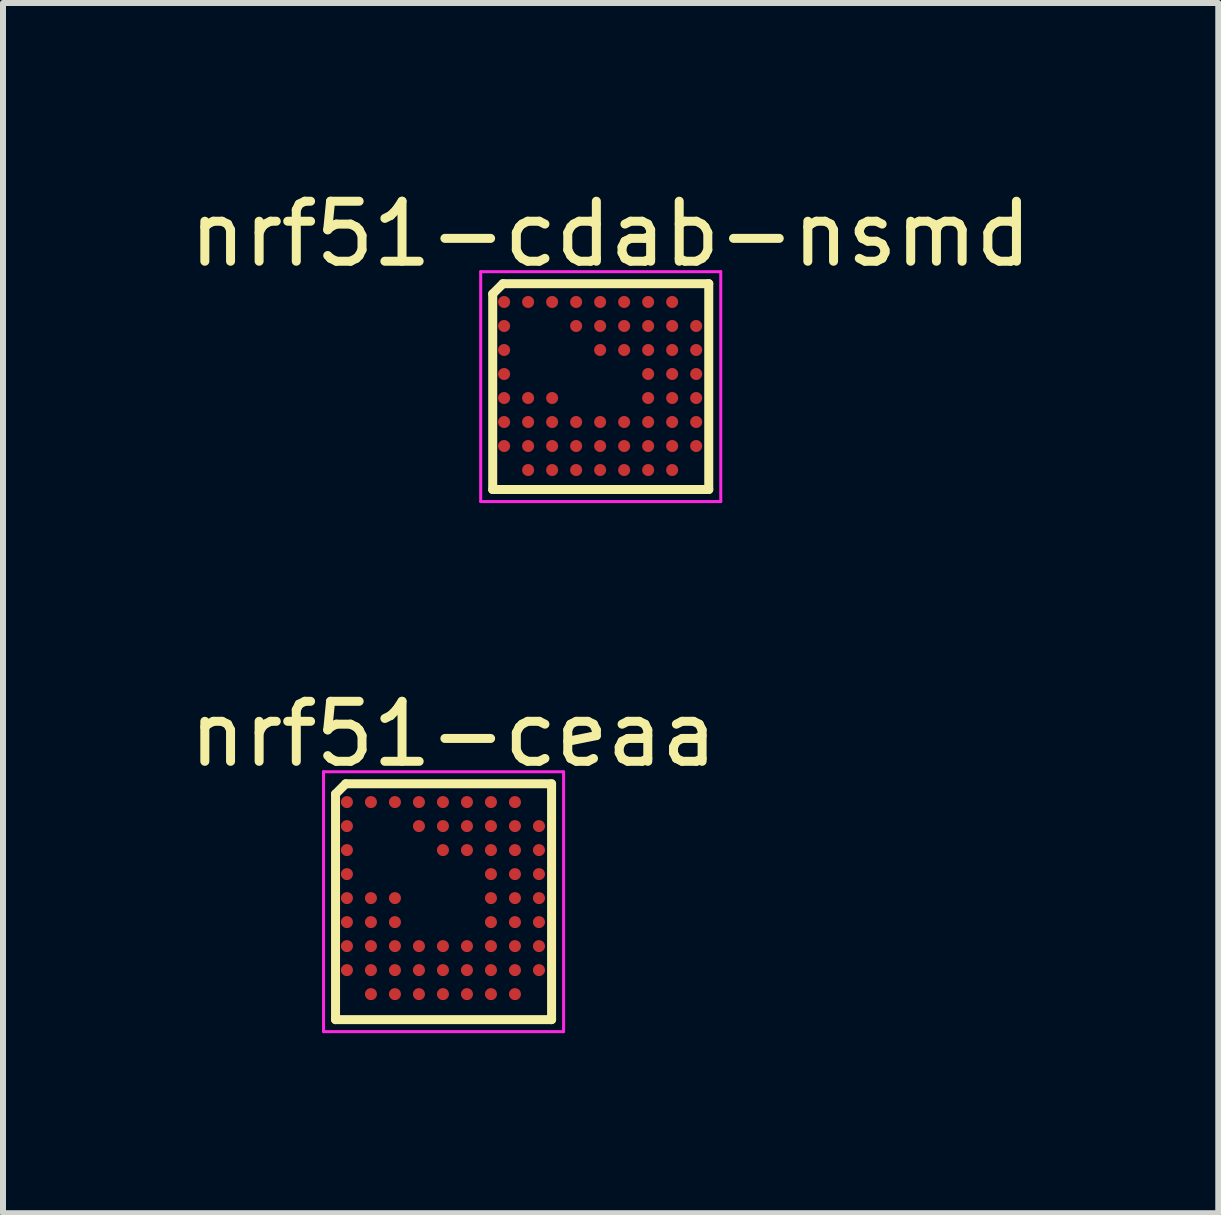
<source format=kicad_pcb>
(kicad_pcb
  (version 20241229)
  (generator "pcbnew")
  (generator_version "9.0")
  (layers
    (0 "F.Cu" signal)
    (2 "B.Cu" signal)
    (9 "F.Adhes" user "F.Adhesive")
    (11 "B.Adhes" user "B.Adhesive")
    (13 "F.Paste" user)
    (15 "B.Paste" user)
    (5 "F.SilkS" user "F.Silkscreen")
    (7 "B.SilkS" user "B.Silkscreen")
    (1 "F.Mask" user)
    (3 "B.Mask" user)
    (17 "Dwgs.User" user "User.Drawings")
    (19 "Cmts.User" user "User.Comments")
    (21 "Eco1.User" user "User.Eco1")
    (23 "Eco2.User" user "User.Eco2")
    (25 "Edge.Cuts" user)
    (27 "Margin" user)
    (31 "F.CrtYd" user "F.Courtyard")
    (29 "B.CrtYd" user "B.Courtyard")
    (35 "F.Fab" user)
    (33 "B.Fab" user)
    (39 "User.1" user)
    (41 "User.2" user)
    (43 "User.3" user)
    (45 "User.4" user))
  (footprint "nrf51-cdab-nsmd"
    (layer "F.Cu")
    (at 7.125 3.642)
    (property "Reference" "nrf51-cdab-nsmd" (at 0 -2.794 0) (layer "F.SilkS") (effects (font (size 1 1) (thickness 0.15))))
    (attr smd)
    (fp_line (start -1.965 -1.795) (end -1.795 -1.965) (stroke (width 0.15) (type solid)) (layer "F.SilkS"))
    (fp_line (start -1.965 1.465) (end -1.965 -1.795) (stroke (width 0.15) (type solid)) (layer "F.SilkS"))
    (fp_line (start -1.965 1.465) (end 1.635 1.465) (stroke (width 0.15) (type solid)) (layer "F.SilkS"))
    (fp_line (start -1.795 -1.965) (end 1.635 -1.965) (stroke (width 0.15) (type solid)) (layer "F.SilkS"))
    (fp_line (start 1.635 1.465) (end 1.635 -1.965) (stroke (width 0.15) (type solid)) (layer "F.SilkS"))
    (fp_line (start -2.165 -2.165) (end 1.835 -2.165) (stroke (width 0.05) (type solid)) (layer "F.CrtYd"))
    (fp_line (start -2.165 1.665) (end -2.165 -2.165) (stroke (width 0.05) (type solid)) (layer "F.CrtYd"))
    (fp_line (start -2.165 1.665) (end 1.835 1.665) (stroke (width 0.05) (type solid)) (layer "F.CrtYd"))
    (fp_line (start 1.835 1.665) (end 1.835 -2.165) (stroke (width 0.05) (type solid)) (layer "F.CrtYd"))
    (pad "A1" smd circle (at -1.775 -1.66) (size 0.2 0.2) (layers "F.Cu" "F.Mask" "F.Paste"))
    (pad "A2" smd circle (at -1.375 -1.66) (size 0.2 0.2) (layers "F.Cu" "F.Mask" "F.Paste"))
    (pad "A3" smd circle (at -0.975 -1.66) (size 0.2 0.2) (layers "F.Cu" "F.Mask" "F.Paste"))
    (pad "A4" smd circle (at -0.575 -1.66) (size 0.2 0.2) (layers "F.Cu" "F.Mask" "F.Paste"))
    (pad "A5" smd circle (at -0.175 -1.66) (size 0.2 0.2) (layers "F.Cu" "F.Mask" "F.Paste"))
    (pad "A6" smd circle (at 0.225 -1.66) (size 0.2 0.2) (layers "F.Cu" "F.Mask" "F.Paste"))
    (pad "A7" smd circle (at 0.625 -1.66) (size 0.2 0.2) (layers "F.Cu" "F.Mask" "F.Paste"))
    (pad "A8" smd circle (at 1.025 -1.66) (size 0.2 0.2) (layers "F.Cu" "F.Mask" "F.Paste"))
    (pad "B1" smd circle (at -1.775 -1.26) (size 0.2 0.2) (layers "F.Cu" "F.Mask" "F.Paste"))
    (pad "B4" smd circle (at -0.575 -1.26) (size 0.2 0.2) (layers "F.Cu" "F.Mask" "F.Paste"))
    (pad "B5" smd circle (at -0.175 -1.26) (size 0.2 0.2) (layers "F.Cu" "F.Mask" "F.Paste"))
    (pad "B6" smd circle (at 0.225 -1.26) (size 0.2 0.2) (layers "F.Cu" "F.Mask" "F.Paste"))
    (pad "B7" smd circle (at 0.625 -1.26) (size 0.2 0.2) (layers "F.Cu" "F.Mask" "F.Paste"))
    (pad "B8" smd circle (at 1.025 -1.26) (size 0.2 0.2) (layers "F.Cu" "F.Mask" "F.Paste"))
    (pad "B9" smd circle (at 1.425 -1.26) (size 0.2 0.2) (layers "F.Cu" "F.Mask" "F.Paste"))
    (pad "C1" smd circle (at -1.775 -0.86) (size 0.2 0.2) (layers "F.Cu" "F.Mask" "F.Paste"))
    (pad "C5" smd circle (at -0.175 -0.86) (size 0.2 0.2) (layers "F.Cu" "F.Mask" "F.Paste"))
    (pad "C6" smd circle (at 0.225 -0.86) (size 0.2 0.2) (layers "F.Cu" "F.Mask" "F.Paste"))
    (pad "C7" smd circle (at 0.625 -0.86) (size 0.2 0.2) (layers "F.Cu" "F.Mask" "F.Paste"))
    (pad "C8" smd circle (at 1.025 -0.86) (size 0.2 0.2) (layers "F.Cu" "F.Mask" "F.Paste"))
    (pad "C9" smd circle (at 1.425 -0.86) (size 0.2 0.2) (layers "F.Cu" "F.Mask" "F.Paste"))
    (pad "D1" smd circle (at -1.775 -0.46) (size 0.2 0.2) (layers "F.Cu" "F.Mask" "F.Paste"))
    (pad "D7" smd circle (at 0.625 -0.46) (size 0.2 0.2) (layers "F.Cu" "F.Mask" "F.Paste"))
    (pad "D8" smd circle (at 1.025 -0.46) (size 0.2 0.2) (layers "F.Cu" "F.Mask" "F.Paste"))
    (pad "D9" smd circle (at 1.425 -0.46) (size 0.2 0.2) (layers "F.Cu" "F.Mask" "F.Paste"))
    (pad "E1" smd circle (at -1.775 -0.06) (size 0.2 0.2) (layers "F.Cu" "F.Mask" "F.Paste"))
    (pad "E2" smd circle (at -1.375 -0.06) (size 0.2 0.2) (layers "F.Cu" "F.Mask" "F.Paste"))
    (pad "E3" smd circle (at -0.975 -0.06) (size 0.2 0.2) (layers "F.Cu" "F.Mask" "F.Paste"))
    (pad "E7" smd circle (at 0.625 -0.06) (size 0.2 0.2) (layers "F.Cu" "F.Mask" "F.Paste"))
    (pad "E8" smd circle (at 1.025 -0.06) (size 0.2 0.2) (layers "F.Cu" "F.Mask" "F.Paste"))
    (pad "E9" smd circle (at 1.425 -0.06) (size 0.2 0.2) (layers "F.Cu" "F.Mask" "F.Paste"))
    (pad "F1" smd circle (at -1.775 0.34) (size 0.2 0.2) (layers "F.Cu" "F.Mask" "F.Paste"))
    (pad "F2" smd circle (at -1.375 0.34) (size 0.2 0.2) (layers "F.Cu" "F.Mask" "F.Paste"))
    (pad "F3" smd circle (at -0.975 0.34) (size 0.2 0.2) (layers "F.Cu" "F.Mask" "F.Paste"))
    (pad "F4" smd circle (at -0.575 0.34) (size 0.2 0.2) (layers "F.Cu" "F.Mask" "F.Paste"))
    (pad "F5" smd circle (at -0.175 0.34) (size 0.2 0.2) (layers "F.Cu" "F.Mask" "F.Paste"))
    (pad "F6" smd circle (at 0.225 0.34) (size 0.2 0.2) (layers "F.Cu" "F.Mask" "F.Paste"))
    (pad "F7" smd circle (at 0.625 0.34) (size 0.2 0.2) (layers "F.Cu" "F.Mask" "F.Paste"))
    (pad "F8" smd circle (at 1.025 0.34) (size 0.2 0.2) (layers "F.Cu" "F.Mask" "F.Paste"))
    (pad "F9" smd circle (at 1.425 0.34) (size 0.2 0.2) (layers "F.Cu" "F.Mask" "F.Paste"))
    (pad "G1" smd circle (at -1.775 0.74) (size 0.2 0.2) (layers "F.Cu" "F.Mask" "F.Paste"))
    (pad "G2" smd circle (at -1.375 0.74) (size 0.2 0.2) (layers "F.Cu" "F.Mask" "F.Paste"))
    (pad "G3" smd circle (at -0.975 0.74) (size 0.2 0.2) (layers "F.Cu" "F.Mask" "F.Paste"))
    (pad "G4" smd circle (at -0.575 0.74) (size 0.2 0.2) (layers "F.Cu" "F.Mask" "F.Paste"))
    (pad "G5" smd circle (at -0.175 0.74) (size 0.2 0.2) (layers "F.Cu" "F.Mask" "F.Paste"))
    (pad "G6" smd circle (at 0.225 0.74) (size 0.2 0.2) (layers "F.Cu" "F.Mask" "F.Paste"))
    (pad "G7" smd circle (at 0.625 0.74) (size 0.2 0.2) (layers "F.Cu" "F.Mask" "F.Paste"))
    (pad "G8" smd circle (at 1.025 0.74) (size 0.2 0.2) (layers "F.Cu" "F.Mask" "F.Paste"))
    (pad "G9" smd circle (at 1.425 0.74) (size 0.2 0.2) (layers "F.Cu" "F.Mask" "F.Paste"))
    (pad "H2" smd circle (at -1.375 1.14) (size 0.2 0.2) (layers "F.Cu" "F.Mask" "F.Paste"))
    (pad "H3" smd circle (at -0.975 1.14) (size 0.2 0.2) (layers "F.Cu" "F.Mask" "F.Paste"))
    (pad "H4" smd circle (at -0.575 1.14) (size 0.2 0.2) (layers "F.Cu" "F.Mask" "F.Paste"))
    (pad "H5" smd circle (at -0.175 1.14) (size 0.2 0.2) (layers "F.Cu" "F.Mask" "F.Paste"))
    (pad "H6" smd circle (at 0.225 1.14) (size 0.2 0.2) (layers "F.Cu" "F.Mask" "F.Paste"))
    (pad "H7" smd circle (at 0.625 1.14) (size 0.2 0.2) (layers "F.Cu" "F.Mask" "F.Paste"))
    (pad "H8" smd circle (at 1.025 1.14) (size 0.2 0.2) (layers "F.Cu" "F.Mask" "F.Paste")))
  (footprint "nrf51-ceaa"
    (layer "F.Cu")
    (at 4.506 11.975)
    (property "Reference" "nrf51-ceaa" (at 0 -2.794 0) (layer "F.SilkS") (effects (font (size 1 1) (thickness 0.15))))
    (attr smd)
    (fp_line (start -1.965 -1.795) (end -1.795 -1.965) (stroke (width 0.15) (type solid)) (layer "F.SilkS"))
    (fp_line (start -1.965 1.965) (end -1.965 -1.795) (stroke (width 0.15) (type solid)) (layer "F.SilkS"))
    (fp_line (start -1.965 1.965) (end 1.635 1.965) (stroke (width 0.15) (type solid)) (layer "F.SilkS"))
    (fp_line (start -1.795 -1.965) (end 1.635 -1.965) (stroke (width 0.15) (type solid)) (layer "F.SilkS"))
    (fp_line (start 1.635 1.965) (end 1.635 -1.965) (stroke (width 0.15) (type solid)) (layer "F.SilkS"))
    (fp_line (start -2.165 -2.165) (end 1.835 -2.165) (stroke (width 0.05) (type solid)) (layer "F.CrtYd"))
    (fp_line (start -2.165 2.165) (end -2.165 -2.165) (stroke (width 0.05) (type solid)) (layer "F.CrtYd"))
    (fp_line (start -2.165 2.165) (end 1.835 2.165) (stroke (width 0.05) (type solid)) (layer "F.CrtYd"))
    (fp_line (start 1.835 2.165) (end 1.835 -2.165) (stroke (width 0.05) (type solid)) (layer "F.CrtYd"))
    (pad "A1" smd circle (at -1.775 -1.66) (size 0.2 0.2) (layers "F.Cu" "F.Mask" "F.Paste"))
    (pad "A2" smd circle (at -1.375 -1.66) (size 0.2 0.2) (layers "F.Cu" "F.Mask" "F.Paste"))
    (pad "A3" smd circle (at -0.975 -1.66) (size 0.2 0.2) (layers "F.Cu" "F.Mask" "F.Paste"))
    (pad "A4" smd circle (at -0.575 -1.66) (size 0.2 0.2) (layers "F.Cu" "F.Mask" "F.Paste"))
    (pad "A5" smd circle (at -0.175 -1.66) (size 0.2 0.2) (layers "F.Cu" "F.Mask" "F.Paste"))
    (pad "A6" smd circle (at 0.225 -1.66) (size 0.2 0.2) (layers "F.Cu" "F.Mask" "F.Paste"))
    (pad "A7" smd circle (at 0.625 -1.66) (size 0.2 0.2) (layers "F.Cu" "F.Mask" "F.Paste"))
    (pad "A8" smd circle (at 1.025 -1.66) (size 0.2 0.2) (layers "F.Cu" "F.Mask" "F.Paste"))
    (pad "B1" smd circle (at -1.775 -1.26) (size 0.2 0.2) (layers "F.Cu" "F.Mask" "F.Paste"))
    (pad "B4" smd circle (at -0.575 -1.26) (size 0.2 0.2) (layers "F.Cu" "F.Mask" "F.Paste"))
    (pad "B5" smd circle (at -0.175 -1.26) (size 0.2 0.2) (layers "F.Cu" "F.Mask" "F.Paste"))
    (pad "B6" smd circle (at 0.225 -1.26) (size 0.2 0.2) (layers "F.Cu" "F.Mask" "F.Paste"))
    (pad "B7" smd circle (at 0.625 -1.26) (size 0.2 0.2) (layers "F.Cu" "F.Mask" "F.Paste"))
    (pad "B8" smd circle (at 1.025 -1.26) (size 0.2 0.2) (layers "F.Cu" "F.Mask" "F.Paste"))
    (pad "B9" smd circle (at 1.425 -1.26) (size 0.2 0.2) (layers "F.Cu" "F.Mask" "F.Paste"))
    (pad "C1" smd circle (at -1.775 -0.86) (size 0.2 0.2) (layers "F.Cu" "F.Mask" "F.Paste"))
    (pad "C5" smd circle (at -0.175 -0.86) (size 0.2 0.2) (layers "F.Cu" "F.Mask" "F.Paste"))
    (pad "C6" smd circle (at 0.225 -0.86) (size 0.2 0.2) (layers "F.Cu" "F.Mask" "F.Paste"))
    (pad "C7" smd circle (at 0.625 -0.86) (size 0.2 0.2) (layers "F.Cu" "F.Mask" "F.Paste"))
    (pad "C8" smd circle (at 1.025 -0.86) (size 0.2 0.2) (layers "F.Cu" "F.Mask" "F.Paste"))
    (pad "C9" smd circle (at 1.425 -0.86) (size 0.2 0.2) (layers "F.Cu" "F.Mask" "F.Paste"))
    (pad "D1" smd circle (at -1.775 -0.46) (size 0.2 0.2) (layers "F.Cu" "F.Mask" "F.Paste"))
    (pad "D7" smd circle (at 0.625 -0.46) (size 0.2 0.2) (layers "F.Cu" "F.Mask" "F.Paste"))
    (pad "D8" smd circle (at 1.025 -0.46) (size 0.2 0.2) (layers "F.Cu" "F.Mask" "F.Paste"))
    (pad "D9" smd circle (at 1.425 -0.46) (size 0.2 0.2) (layers "F.Cu" "F.Mask" "F.Paste"))
    (pad "E1" smd circle (at -1.775 -0.06) (size 0.2 0.2) (layers "F.Cu" "F.Mask" "F.Paste"))
    (pad "E2" smd circle (at -1.375 -0.06) (size 0.2 0.2) (layers "F.Cu" "F.Mask" "F.Paste"))
    (pad "E3" smd circle (at -0.975 -0.06) (size 0.2 0.2) (layers "F.Cu" "F.Mask" "F.Paste"))
    (pad "E7" smd circle (at 0.625 -0.06) (size 0.2 0.2) (layers "F.Cu" "F.Mask" "F.Paste"))
    (pad "E8" smd circle (at 1.025 -0.06) (size 0.2 0.2) (layers "F.Cu" "F.Mask" "F.Paste"))
    (pad "E9" smd circle (at 1.425 -0.06) (size 0.2 0.2) (layers "F.Cu" "F.Mask" "F.Paste"))
    (pad "F1" smd circle (at -1.775 0.34) (size 0.2 0.2) (layers "F.Cu" "F.Mask" "F.Paste"))
    (pad "F2" smd circle (at -1.375 0.34) (size 0.2 0.2) (layers "F.Cu" "F.Mask" "F.Paste"))
    (pad "F3" smd circle (at -0.975 0.34) (size 0.2 0.2) (layers "F.Cu" "F.Mask" "F.Paste"))
    (pad "F7" smd circle (at 0.625 0.34) (size 0.2 0.2) (layers "F.Cu" "F.Mask" "F.Paste"))
    (pad "F8" smd circle (at 1.025 0.34) (size 0.2 0.2) (layers "F.Cu" "F.Mask" "F.Paste"))
    (pad "F9" smd circle (at 1.425 0.34) (size 0.2 0.2) (layers "F.Cu" "F.Mask" "F.Paste"))
    (pad "G1" smd circle (at -1.775 0.74) (size 0.2 0.2) (layers "F.Cu" "F.Mask" "F.Paste"))
    (pad "G2" smd circle (at -1.375 0.74) (size 0.2 0.2) (layers "F.Cu" "F.Mask" "F.Paste"))
    (pad "G3" smd circle (at -0.975 0.74) (size 0.2 0.2) (layers "F.Cu" "F.Mask" "F.Paste"))
    (pad "G4" smd circle (at -0.575 0.74) (size 0.2 0.2) (layers "F.Cu" "F.Mask" "F.Paste"))
    (pad "G5" smd circle (at -0.175 0.74) (size 0.2 0.2) (layers "F.Cu" "F.Mask" "F.Paste"))
    (pad "G6" smd circle (at 0.225 0.74) (size 0.2 0.2) (layers "F.Cu" "F.Mask" "F.Paste"))
    (pad "G7" smd circle (at 0.625 0.74) (size 0.2 0.2) (layers "F.Cu" "F.Mask" "F.Paste"))
    (pad "G8" smd circle (at 1.025 0.74) (size 0.2 0.2) (layers "F.Cu" "F.Mask" "F.Paste"))
    (pad "G9" smd circle (at 1.425 0.74) (size 0.2 0.2) (layers "F.Cu" "F.Mask" "F.Paste"))
    (pad "H1" smd circle (at -1.775 1.14) (size 0.2 0.2) (layers "F.Cu" "F.Mask" "F.Paste"))
    (pad "H2" smd circle (at -1.375 1.14) (size 0.2 0.2) (layers "F.Cu" "F.Mask" "F.Paste"))
    (pad "H3" smd circle (at -0.975 1.14) (size 0.2 0.2) (layers "F.Cu" "F.Mask" "F.Paste"))
    (pad "H4" smd circle (at -0.575 1.14) (size 0.2 0.2) (layers "F.Cu" "F.Mask" "F.Paste"))
    (pad "H5" smd circle (at -0.175 1.14) (size 0.2 0.2) (layers "F.Cu" "F.Mask" "F.Paste"))
    (pad "H6" smd circle (at 0.225 1.14) (size 0.2 0.2) (layers "F.Cu" "F.Mask" "F.Paste"))
    (pad "H7" smd circle (at 0.625 1.14) (size 0.2 0.2) (layers "F.Cu" "F.Mask" "F.Paste"))
    (pad "H8" smd circle (at 1.025 1.14) (size 0.2 0.2) (layers "F.Cu" "F.Mask" "F.Paste"))
    (pad "H9" smd circle (at 1.425 1.14) (size 0.2 0.2) (layers "F.Cu" "F.Mask" "F.Paste"))
    (pad "J2" smd circle (at -1.375 1.54) (size 0.2 0.2) (layers "F.Cu" "F.Mask" "F.Paste"))
    (pad "J3" smd circle (at -0.975 1.54) (size 0.2 0.2) (layers "F.Cu" "F.Mask" "F.Paste"))
    (pad "J4" smd circle (at -0.575 1.54) (size 0.2 0.2) (layers "F.Cu" "F.Mask" "F.Paste"))
    (pad "J5" smd circle (at -0.175 1.54) (size 0.2 0.2) (layers "F.Cu" "F.Mask" "F.Paste"))
    (pad "J6" smd circle (at 0.225 1.54) (size 0.2 0.2) (layers "F.Cu" "F.Mask" "F.Paste"))
    (pad "J7" smd circle (at 0.625 1.54) (size 0.2 0.2) (layers "F.Cu" "F.Mask" "F.Paste"))
    (pad "J8" smd circle (at 1.025 1.54) (size 0.2 0.2) (layers "F.Cu" "F.Mask" "F.Paste")))
  (gr_rect
    (start -3 -3)
    (end 17.25 17.165)
    (stroke (width 0.1) (type default))
    (fill no)
    (layer "Edge.Cuts")))
</source>
